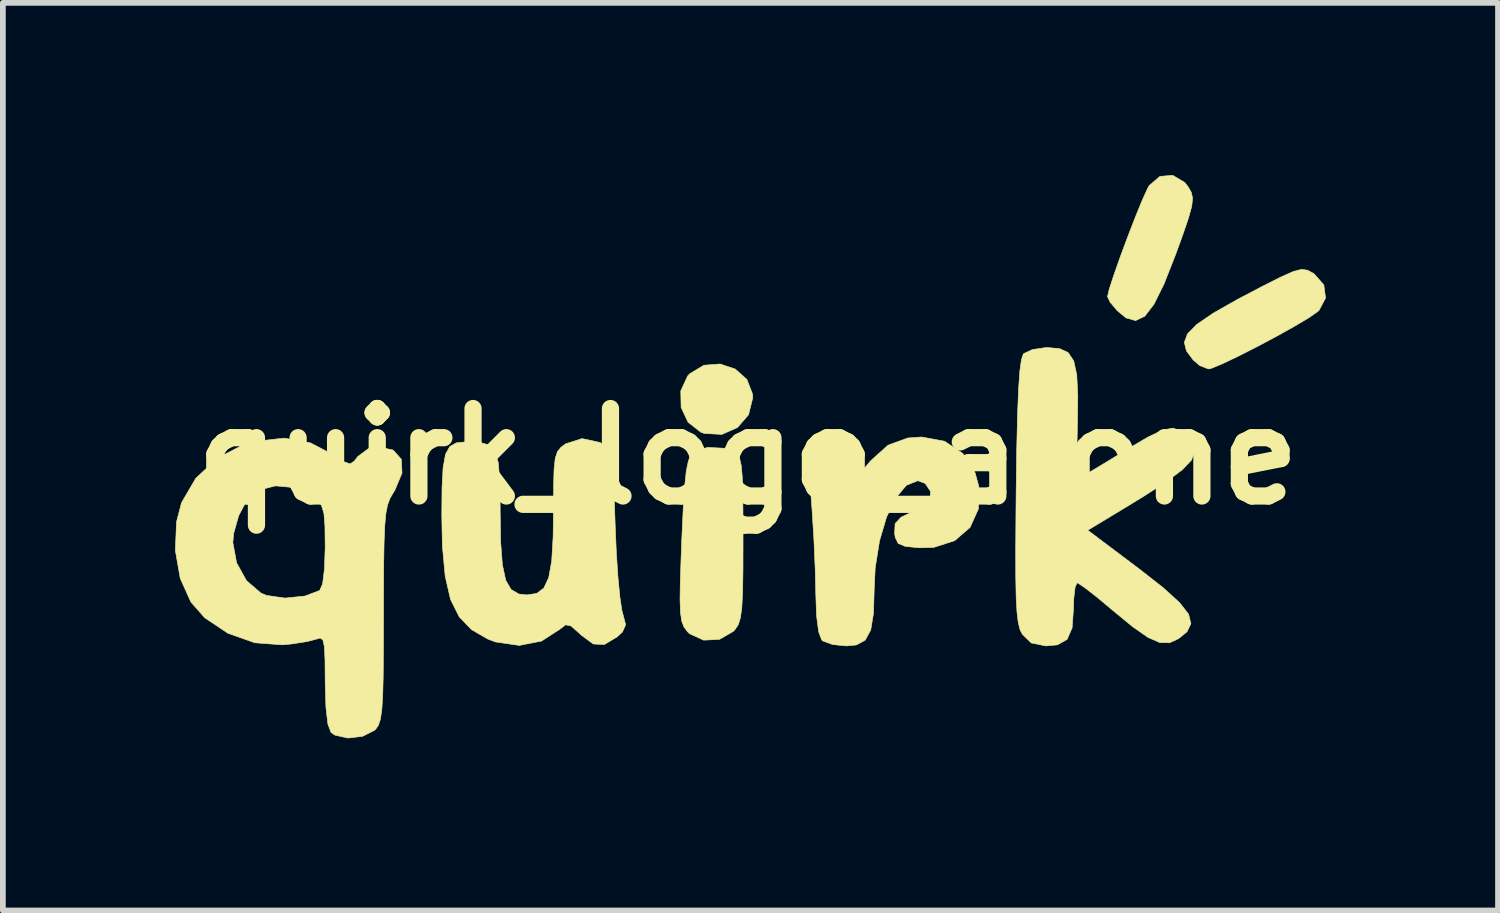
<source format=kicad_pcb>
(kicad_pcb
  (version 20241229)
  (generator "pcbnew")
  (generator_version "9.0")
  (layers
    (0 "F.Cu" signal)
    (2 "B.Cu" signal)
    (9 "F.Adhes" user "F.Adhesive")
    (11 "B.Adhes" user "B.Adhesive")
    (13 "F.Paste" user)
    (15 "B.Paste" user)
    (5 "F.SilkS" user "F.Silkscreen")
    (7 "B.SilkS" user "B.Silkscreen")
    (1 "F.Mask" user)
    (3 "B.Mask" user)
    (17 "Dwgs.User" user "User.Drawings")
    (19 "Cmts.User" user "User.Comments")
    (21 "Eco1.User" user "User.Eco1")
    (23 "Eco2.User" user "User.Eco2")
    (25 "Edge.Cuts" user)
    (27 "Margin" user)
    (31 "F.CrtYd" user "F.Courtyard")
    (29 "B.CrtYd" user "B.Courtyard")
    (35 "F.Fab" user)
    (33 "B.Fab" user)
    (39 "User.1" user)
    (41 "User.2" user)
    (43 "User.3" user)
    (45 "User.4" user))
  (footprint "quirk_logo_alone"
    (layer "F.Cu")
    (at 9.982 4.903)
    (property "Reference" "quirk_logo_alone" (at 0 0 0) (layer "F.SilkS") (effects (font (size 1.524 1.524) (thickness 0.3))))
    (attr through_hole)
    (fp_poly (pts (xy -0.222 -1.523) (xy -0.018 -1.342) (xy 0.081 -1.085) (xy 0.085 -1.025) (xy 0.011 -0.726) (xy -0.183 -0.503) (xy -0.453 -0.384) (xy -0.758 -0.4) (xy -0.82 -0.422) (xy -1.043 -0.596) (xy -1.164 -0.854) (xy -1.17 -1.142) (xy -1.051 -1.4) (xy -1.016 -1.439) (xy -0.767 -1.589) (xy -0.487 -1.611) (xy -0.222 -1.523)) (stroke (width 0.01) (type solid)) (fill yes) (layer "F.SilkS"))
    (fp_poly (pts (xy 7.611 -4.774) (xy 7.67 -4.699) (xy 7.725 -4.603) (xy 7.748 -4.501) (xy 7.734 -4.362) (xy 7.677 -4.154) (xy 7.571 -3.844) (xy 7.45 -3.512) (xy 7.25 -3.004) (xy 7.075 -2.651) (xy 6.914 -2.442) (xy 6.755 -2.367) (xy 6.588 -2.414) (xy 6.435 -2.54) (xy 6.311 -2.688) (xy 6.265 -2.784) (xy 6.295 -2.911) (xy 6.374 -3.154) (xy 6.486 -3.472) (xy 6.616 -3.822) (xy 6.749 -4.166) (xy 6.869 -4.46) (xy 6.962 -4.665) (xy 6.992 -4.72) (xy 7.179 -4.88) (xy 7.402 -4.898) (xy 7.611 -4.774)) (stroke (width 0.01) (type solid)) (fill yes) (layer "F.SilkS"))
    (fp_poly (pts (xy 9.753 -3.244) (xy 9.859 -3.186) (xy 9.865 -3.182) (xy 10.035 -2.989) (xy 10.065 -2.759) (xy 9.951 -2.545) (xy 9.927 -2.523) (xy 9.776 -2.418) (xy 9.524 -2.268) (xy 9.209 -2.092) (xy 8.87 -1.912) (xy 8.543 -1.746) (xy 8.266 -1.614) (xy 8.078 -1.536) (xy 8.025 -1.524) (xy 7.875 -1.582) (xy 7.76 -1.679) (xy 7.641 -1.839) (xy 7.604 -1.987) (xy 7.66 -2.137) (xy 7.823 -2.301) (xy 8.106 -2.495) (xy 8.521 -2.731) (xy 8.955 -2.959) (xy 9.286 -3.126) (xy 9.504 -3.223) (xy 9.648 -3.26) (xy 9.753 -3.244)) (stroke (width 0.01) (type solid)) (fill yes) (layer "F.SilkS"))
    (fp_poly (pts (xy -0.409 -0.142) (xy -0.248 -0.082) (xy -0.188 -0.039) (xy -0.145 0.034) (xy -0.116 0.16) (xy -0.098 0.365) (xy -0.089 0.675) (xy -0.085 1.114) (xy -0.085 1.442) (xy -0.086 1.972) (xy -0.092 2.358) (xy -0.106 2.629) (xy -0.13 2.81) (xy -0.167 2.929) (xy -0.22 3.011) (xy -0.254 3.048) (xy -0.496 3.188) (xy -0.772 3.201) (xy -1.017 3.089) (xy -1.058 3.048) (xy -1.114 2.973) (xy -1.152 2.874) (xy -1.175 2.724) (xy -1.183 2.496) (xy -1.178 2.164) (xy -1.162 1.701) (xy -1.153 1.461) (xy -1.128 0.922) (xy -1.103 0.528) (xy -1.074 0.255) (xy -1.038 0.08) (xy -0.993 -0.023) (xy -0.954 -0.064) (xy -0.705 -0.158) (xy -0.409 -0.142)) (stroke (width 0.01) (type solid)) (fill yes) (layer "F.SilkS"))
    (fp_poly (pts (xy 1.748 -0.376) (xy 1.903 -0.222) (xy 1.95 0.038) (xy 1.953 0.296) (xy 2.141 0.074) (xy 2.44 -0.195) (xy 2.783 -0.321) (xy 3.024 -0.339) (xy 3.428 -0.264) (xy 3.746 -0.05) (xy 3.958 0.285) (xy 4.023 0.521) (xy 4.017 0.913) (xy 3.871 1.236) (xy 3.604 1.467) (xy 3.239 1.585) (xy 2.992 1.592) (xy 2.744 1.568) (xy 2.618 1.516) (xy 2.567 1.411) (xy 2.556 1.337) (xy 2.565 1.17) (xy 2.669 1.059) (xy 2.821 0.986) (xy 3.026 0.884) (xy 3.155 0.791) (xy 3.165 0.778) (xy 3.185 0.614) (xy 3.09 0.471) (xy 2.96 0.423) (xy 2.761 0.503) (xy 2.576 0.724) (xy 2.416 1.056) (xy 2.293 1.471) (xy 2.218 1.941) (xy 2.201 2.296) (xy 2.188 2.732) (xy 2.14 3.025) (xy 2.044 3.201) (xy 1.889 3.285) (xy 1.712 3.302) (xy 1.475 3.277) (xy 1.305 3.215) (xy 1.287 3.2) (xy 1.233 3.058) (xy 1.196 2.776) (xy 1.182 2.38) (xy 1.182 2.375) (xy 1.172 1.955) (xy 1.15 1.451) (xy 1.119 0.95) (xy 1.105 0.764) (xy 1.073 0.291) (xy 1.074 -0.039) (xy 1.116 -0.251) (xy 1.205 -0.368) (xy 1.351 -0.417) (xy 1.468 -0.423) (xy 1.748 -0.376)) (stroke (width 0.01) (type solid)) (fill yes) (layer "F.SilkS"))
    (fp_poly (pts (xy -2.581 -0.244) (xy -2.467 -0.181) (xy -2.418 -0.101) (xy -2.38 0.078) (xy -2.35 0.376) (xy -2.326 0.812) (xy -2.313 1.196) (xy -2.293 1.669) (xy -2.265 2.098) (xy -2.231 2.449) (xy -2.196 2.684) (xy -2.18 2.743) (xy -2.13 2.932) (xy -2.187 3.06) (xy -2.28 3.145) (xy -2.502 3.278) (xy -2.695 3.268) (xy -2.909 3.11) (xy -2.93 3.089) (xy -3.08 2.955) (xy -3.177 2.934) (xy -3.278 3.012) (xy -3.596 3.217) (xy -3.984 3.293) (xy -4.397 3.233) (xy -4.53 3.183) (xy -4.816 3.018) (xy -5.03 2.796) (xy -5.181 2.494) (xy -5.275 2.088) (xy -5.324 1.557) (xy -5.334 1.036) (xy -5.33 0.542) (xy -5.311 0.192) (xy -5.269 -0.038) (xy -5.195 -0.172) (xy -5.082 -0.236) (xy -4.919 -0.254) (xy -4.888 -0.254) (xy -4.664 -0.244) (xy -4.508 -0.197) (xy -4.408 -0.088) (xy -4.35 0.109) (xy -4.324 0.42) (xy -4.317 0.871) (xy -4.317 0.955) (xy -4.308 1.496) (xy -4.278 1.89) (xy -4.22 2.157) (xy -4.127 2.318) (xy -3.994 2.397) (xy -3.852 2.413) (xy -3.681 2.387) (xy -3.556 2.294) (xy -3.471 2.112) (xy -3.419 1.822) (xy -3.394 1.401) (xy -3.388 0.954) (xy -3.386 0.52) (xy -3.378 0.223) (xy -3.357 0.032) (xy -3.318 -0.086) (xy -3.256 -0.161) (xy -3.176 -0.219) (xy -2.891 -0.311) (xy -2.581 -0.244)) (stroke (width 0.01) (type solid)) (fill yes) (layer "F.SilkS"))
    (fp_poly (pts (xy 5.43 -1.879) (xy 5.581 -1.809) (xy 5.677 -1.664) (xy 5.73 -1.421) (xy 5.748 -1.054) (xy 5.742 -0.58) (xy 5.733 -0.157) (xy 5.735 0.122) (xy 5.751 0.281) (xy 5.783 0.346) (xy 5.835 0.342) (xy 5.842 0.339) (xy 5.969 0.265) (xy 6.199 0.127) (xy 6.488 -0.05) (xy 6.6 -0.119) (xy 6.963 -0.333) (xy 7.219 -0.456) (xy 7.4 -0.493) (xy 7.537 -0.452) (xy 7.649 -0.353) (xy 7.754 -0.21) (xy 7.784 -0.076) (xy 7.727 0.067) (xy 7.568 0.233) (xy 7.295 0.437) (xy 6.894 0.696) (xy 6.58 0.888) (xy 5.921 1.286) (xy 6.813 1.957) (xy 7.235 2.287) (xy 7.52 2.546) (xy 7.679 2.75) (xy 7.719 2.914) (xy 7.651 3.055) (xy 7.504 3.175) (xy 7.347 3.247) (xy 7.178 3.244) (xy 6.972 3.154) (xy 6.702 2.966) (xy 6.35 2.676) (xy 6.093 2.461) (xy 5.884 2.298) (xy 5.756 2.21) (xy 5.736 2.203) (xy 5.701 2.278) (xy 5.678 2.474) (xy 5.673 2.65) (xy 5.649 2.987) (xy 5.562 3.188) (xy 5.393 3.283) (xy 5.192 3.302) (xy 4.937 3.25) (xy 4.782 3.099) (xy 4.741 3.018) (xy 4.711 2.897) (xy 4.689 2.719) (xy 4.674 2.462) (xy 4.667 2.106) (xy 4.666 1.633) (xy 4.67 1.022) (xy 4.674 0.606) (xy 4.684 -0.138) (xy 4.698 -0.726) (xy 4.716 -1.171) (xy 4.738 -1.487) (xy 4.766 -1.687) (xy 4.799 -1.785) (xy 4.805 -1.791) (xy 4.956 -1.862) (xy 5.187 -1.896) (xy 5.217 -1.897) (xy 5.43 -1.879)) (stroke (width 0.01) (type solid)) (fill yes) (layer "F.SilkS"))
    (fp_poly (pts (xy -7.625 -0.237) (xy -7.237 -0.036) (xy -7.041 0.092) (xy -6.932 0.13) (xy -6.858 0.082) (xy -6.801 0.004) (xy -6.61 -0.138) (xy -6.447 -0.169) (xy -6.182 -0.111) (xy -6.039 0.049) (xy -6.027 0.29) (xy -6.152 0.589) (xy -6.181 0.635) (xy -6.236 0.73) (xy -6.278 0.841) (xy -6.308 0.992) (xy -6.328 1.208) (xy -6.34 1.511) (xy -6.347 1.925) (xy -6.349 2.475) (xy -6.349 2.76) (xy -6.351 3.374) (xy -6.355 3.842) (xy -6.364 4.184) (xy -6.38 4.424) (xy -6.405 4.584) (xy -6.439 4.686) (xy -6.485 4.752) (xy -6.505 4.771) (xy -6.714 4.877) (xy -6.971 4.907) (xy -7.197 4.856) (xy -7.264 4.809) (xy -7.319 4.664) (xy -7.353 4.369) (xy -7.366 3.939) (xy -7.366 3.911) (xy -7.369 3.541) (xy -7.38 3.312) (xy -7.407 3.196) (xy -7.454 3.164) (xy -7.514 3.182) (xy -7.681 3.226) (xy -7.945 3.267) (xy -8.111 3.283) (xy -8.591 3.247) (xy -9.06 3.082) (xy -9.464 2.812) (xy -9.706 2.537) (xy -9.892 2.124) (xy -9.977 1.636) (xy -9.971 1.5) (xy -8.975 1.5) (xy -8.909 1.855) (xy -8.736 2.166) (xy -8.487 2.38) (xy -8.389 2.422) (xy -8.066 2.468) (xy -7.72 2.433) (xy -7.461 2.335) (xy -7.411 2.22) (xy -7.379 1.965) (xy -7.366 1.596) (xy -7.366 1.567) (xy -7.37 1.216) (xy -7.388 0.991) (xy -7.432 0.849) (xy -7.512 0.748) (xy -7.589 0.683) (xy -7.884 0.545) (xy -8.232 0.513) (xy -8.551 0.593) (xy -8.564 0.599) (xy -8.732 0.765) (xy -8.874 1.034) (xy -8.961 1.343) (xy -8.975 1.5) (xy -9.971 1.5) (xy -9.956 1.139) (xy -9.869 0.806) (xy -9.621 0.381) (xy -9.248 0.033) (xy -8.791 -0.205) (xy -8.592 -0.262) (xy -8.077 -0.319) (xy -7.625 -0.237)) (stroke (width 0.01) (type solid)) (fill yes) (layer "F.SilkS")))
  (gr_rect
    (start -3 -3)
    (end 23.052 12.814)
    (stroke (width 0.1) (type default))
    (fill no)
    (layer "Edge.Cuts")))
</source>
